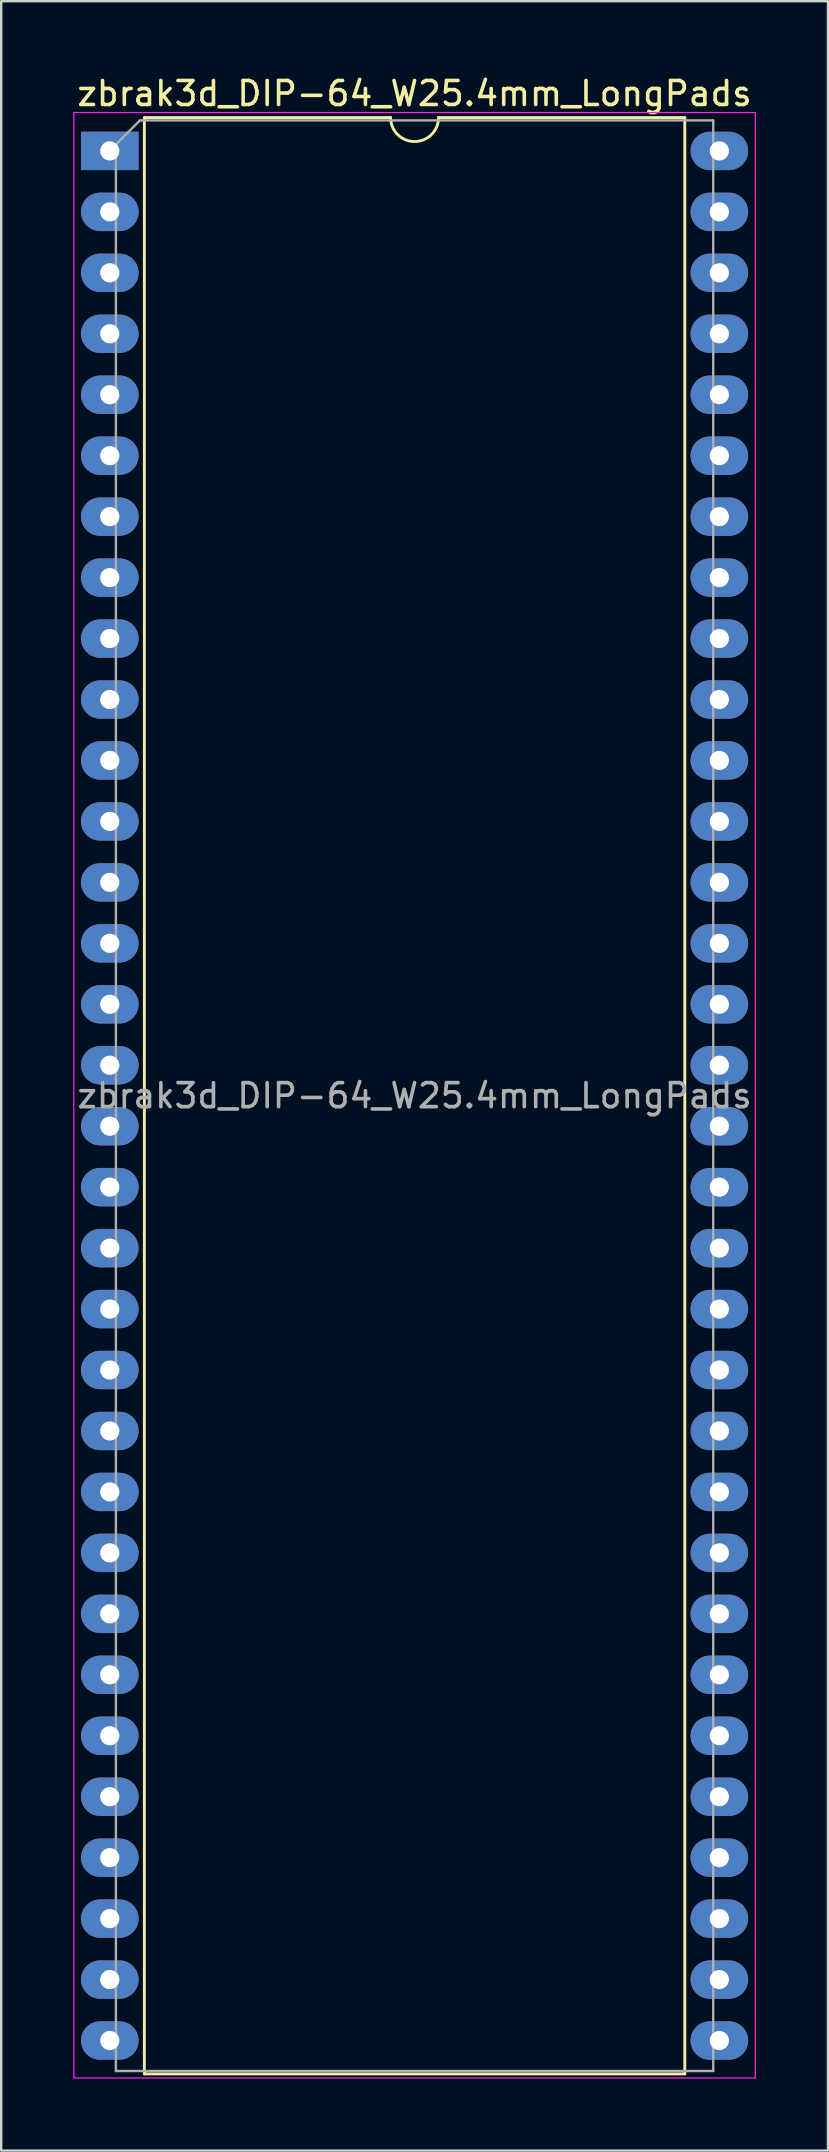
<source format=kicad_pcb>
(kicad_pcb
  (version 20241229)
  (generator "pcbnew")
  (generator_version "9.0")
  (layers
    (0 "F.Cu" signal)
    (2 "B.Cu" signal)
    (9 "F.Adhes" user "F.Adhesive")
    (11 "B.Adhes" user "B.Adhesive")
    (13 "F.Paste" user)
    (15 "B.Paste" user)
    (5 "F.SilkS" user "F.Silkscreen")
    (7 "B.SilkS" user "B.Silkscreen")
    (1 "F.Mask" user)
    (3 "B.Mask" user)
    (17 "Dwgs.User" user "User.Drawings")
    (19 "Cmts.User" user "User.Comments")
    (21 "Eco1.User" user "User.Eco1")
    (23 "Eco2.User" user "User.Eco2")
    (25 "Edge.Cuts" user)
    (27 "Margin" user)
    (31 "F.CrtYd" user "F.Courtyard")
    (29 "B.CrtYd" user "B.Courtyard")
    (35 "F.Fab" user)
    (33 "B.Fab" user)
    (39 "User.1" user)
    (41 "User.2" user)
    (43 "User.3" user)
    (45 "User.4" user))
  (footprint "zbrak3d_DIP-64_W25.4mm_LongPads"
    (layer "F.Cu")
    (at 1.525 3.238)
    (property "Reference" "zbrak3d_DIP-64_W25.4mm_LongPads" (at 12.7 -2.39 0) (layer "F.SilkS") (effects (font (size 1 1) (thickness 0.15))))
    (attr through_hole)
    (fp_line (start 1.44 -1.39) (end 1.44 80.13) (stroke (width 0.12) (type solid)) (layer "F.SilkS"))
    (fp_line (start 1.44 80.13) (end 23.96 80.13) (stroke (width 0.12) (type solid)) (layer "F.SilkS"))
    (fp_line (start 11.7 -1.39) (end 1.44 -1.39) (stroke (width 0.12) (type solid)) (layer "F.SilkS"))
    (fp_line (start 23.96 -1.39) (end 13.7 -1.39) (stroke (width 0.12) (type solid)) (layer "F.SilkS"))
    (fp_line (start 23.96 80.13) (end 23.96 -1.39) (stroke (width 0.12) (type solid)) (layer "F.SilkS"))
    (fp_arc (start 13.7 -1.39) (mid 12.7 -0.39) (end 11.7 -1.39) (stroke (width 0.12) (type solid)) (layer "F.SilkS"))
    (fp_line (start -1.5 -1.6) (end -1.5 80.3) (stroke (width 0.05) (type solid)) (layer "F.CrtYd"))
    (fp_line (start -1.5 80.3) (end 26.9 80.3) (stroke (width 0.05) (type solid)) (layer "F.CrtYd"))
    (fp_line (start 26.9 -1.6) (end -1.5 -1.6) (stroke (width 0.05) (type solid)) (layer "F.CrtYd"))
    (fp_line (start 26.9 80.3) (end 26.9 -1.6) (stroke (width 0.05) (type solid)) (layer "F.CrtYd"))
    (fp_line (start 0.255 -0.27) (end 1.255 -1.27) (stroke (width 0.1) (type solid)) (layer "F.Fab"))
    (fp_line (start 0.255 80.01) (end 0.255 -0.27) (stroke (width 0.1) (type solid)) (layer "F.Fab"))
    (fp_line (start 1.255 -1.27) (end 25.145 -1.27) (stroke (width 0.1) (type solid)) (layer "F.Fab"))
    (fp_line (start 25.145 -1.27) (end 25.145 80.01) (stroke (width 0.1) (type solid)) (layer "F.Fab"))
    (fp_line (start 25.145 80.01) (end 0.255 80.01) (stroke (width 0.1) (type solid)) (layer "F.Fab"))
    (fp_text user "${REFERENCE}" (at 12.7 39.37 0) (layer "F.Fab") (effects (font (size 1 1) (thickness 0.15))))
    (pad "1" thru_hole rect (at 0 0) (size 2.4 1.6) (drill 0.8) (layers "*.Cu" "*.Mask"))
    (pad "2" thru_hole oval (at 0 2.54) (size 2.4 1.6) (drill 0.8) (layers "*.Cu" "*.Mask"))
    (pad "3" thru_hole oval (at 0 5.08) (size 2.4 1.6) (drill 0.8) (layers "*.Cu" "*.Mask"))
    (pad "4" thru_hole oval (at 0 7.62) (size 2.4 1.6) (drill 0.8) (layers "*.Cu" "*.Mask"))
    (pad "5" thru_hole oval (at 0 10.16) (size 2.4 1.6) (drill 0.8) (layers "*.Cu" "*.Mask"))
    (pad "6" thru_hole oval (at 0 12.7) (size 2.4 1.6) (drill 0.8) (layers "*.Cu" "*.Mask"))
    (pad "7" thru_hole oval (at 0 15.24) (size 2.4 1.6) (drill 0.8) (layers "*.Cu" "*.Mask"))
    (pad "8" thru_hole oval (at 0 17.78) (size 2.4 1.6) (drill 0.8) (layers "*.Cu" "*.Mask"))
    (pad "9" thru_hole oval (at 0 20.32) (size 2.4 1.6) (drill 0.8) (layers "*.Cu" "*.Mask"))
    (pad "10" thru_hole oval (at 0 22.86) (size 2.4 1.6) (drill 0.8) (layers "*.Cu" "*.Mask"))
    (pad "11" thru_hole oval (at 0 25.4) (size 2.4 1.6) (drill 0.8) (layers "*.Cu" "*.Mask"))
    (pad "12" thru_hole oval (at 0 27.94) (size 2.4 1.6) (drill 0.8) (layers "*.Cu" "*.Mask"))
    (pad "13" thru_hole oval (at 0 30.48) (size 2.4 1.6) (drill 0.8) (layers "*.Cu" "*.Mask"))
    (pad "14" thru_hole oval (at 0 33.02) (size 2.4 1.6) (drill 0.8) (layers "*.Cu" "*.Mask"))
    (pad "15" thru_hole oval (at 0 35.56) (size 2.4 1.6) (drill 0.8) (layers "*.Cu" "*.Mask"))
    (pad "16" thru_hole oval (at 0 38.1) (size 2.4 1.6) (drill 0.8) (layers "*.Cu" "*.Mask"))
    (pad "17" thru_hole oval (at 0 40.64) (size 2.4 1.6) (drill 0.8) (layers "*.Cu" "*.Mask"))
    (pad "18" thru_hole oval (at 0 43.18) (size 2.4 1.6) (drill 0.8) (layers "*.Cu" "*.Mask"))
    (pad "19" thru_hole oval (at 0 45.72) (size 2.4 1.6) (drill 0.8) (layers "*.Cu" "*.Mask"))
    (pad "20" thru_hole oval (at 0 48.26) (size 2.4 1.6) (drill 0.8) (layers "*.Cu" "*.Mask"))
    (pad "21" thru_hole oval (at 0 50.8) (size 2.4 1.6) (drill 0.8) (layers "*.Cu" "*.Mask"))
    (pad "22" thru_hole oval (at 0 53.34) (size 2.4 1.6) (drill 0.8) (layers "*.Cu" "*.Mask"))
    (pad "23" thru_hole oval (at 0 55.88) (size 2.4 1.6) (drill 0.8) (layers "*.Cu" "*.Mask"))
    (pad "24" thru_hole oval (at 0 58.42) (size 2.4 1.6) (drill 0.8) (layers "*.Cu" "*.Mask"))
    (pad "25" thru_hole oval (at 0 60.96) (size 2.4 1.6) (drill 0.8) (layers "*.Cu" "*.Mask"))
    (pad "26" thru_hole oval (at 0 63.5) (size 2.4 1.6) (drill 0.8) (layers "*.Cu" "*.Mask"))
    (pad "27" thru_hole oval (at 0 66.04) (size 2.4 1.6) (drill 0.8) (layers "*.Cu" "*.Mask"))
    (pad "28" thru_hole oval (at 0 68.58) (size 2.4 1.6) (drill 0.8) (layers "*.Cu" "*.Mask"))
    (pad "29" thru_hole oval (at 0 71.12) (size 2.4 1.6) (drill 0.8) (layers "*.Cu" "*.Mask"))
    (pad "30" thru_hole oval (at 0 73.66) (size 2.4 1.6) (drill 0.8) (layers "*.Cu" "*.Mask"))
    (pad "31" thru_hole oval (at 0 76.2) (size 2.4 1.6) (drill 0.8) (layers "*.Cu" "*.Mask"))
    (pad "32" thru_hole oval (at 0 78.74) (size 2.4 1.6) (drill 0.8) (layers "*.Cu" "*.Mask"))
    (pad "33" thru_hole oval (at 25.4 78.74) (size 2.4 1.6) (drill 0.8) (layers "*.Cu" "*.Mask"))
    (pad "34" thru_hole oval (at 25.4 76.2) (size 2.4 1.6) (drill 0.8) (layers "*.Cu" "*.Mask"))
    (pad "35" thru_hole oval (at 25.4 73.66) (size 2.4 1.6) (drill 0.8) (layers "*.Cu" "*.Mask"))
    (pad "36" thru_hole oval (at 25.4 71.12) (size 2.4 1.6) (drill 0.8) (layers "*.Cu" "*.Mask"))
    (pad "37" thru_hole oval (at 25.4 68.58) (size 2.4 1.6) (drill 0.8) (layers "*.Cu" "*.Mask"))
    (pad "38" thru_hole oval (at 25.4 66.04) (size 2.4 1.6) (drill 0.8) (layers "*.Cu" "*.Mask"))
    (pad "39" thru_hole oval (at 25.4 63.5) (size 2.4 1.6) (drill 0.8) (layers "*.Cu" "*.Mask"))
    (pad "40" thru_hole oval (at 25.4 60.96) (size 2.4 1.6) (drill 0.8) (layers "*.Cu" "*.Mask"))
    (pad "41" thru_hole oval (at 25.4 58.42) (size 2.4 1.6) (drill 0.8) (layers "*.Cu" "*.Mask"))
    (pad "42" thru_hole oval (at 25.4 55.88) (size 2.4 1.6) (drill 0.8) (layers "*.Cu" "*.Mask"))
    (pad "43" thru_hole oval (at 25.4 53.34) (size 2.4 1.6) (drill 0.8) (layers "*.Cu" "*.Mask"))
    (pad "44" thru_hole oval (at 25.4 50.8) (size 2.4 1.6) (drill 0.8) (layers "*.Cu" "*.Mask"))
    (pad "45" thru_hole oval (at 25.4 48.26) (size 2.4 1.6) (drill 0.8) (layers "*.Cu" "*.Mask"))
    (pad "46" thru_hole oval (at 25.4 45.72) (size 2.4 1.6) (drill 0.8) (layers "*.Cu" "*.Mask"))
    (pad "47" thru_hole oval (at 25.4 43.18) (size 2.4 1.6) (drill 0.8) (layers "*.Cu" "*.Mask"))
    (pad "48" thru_hole oval (at 25.4 40.64) (size 2.4 1.6) (drill 0.8) (layers "*.Cu" "*.Mask"))
    (pad "49" thru_hole oval (at 25.4 38.1) (size 2.4 1.6) (drill 0.8) (layers "*.Cu" "*.Mask"))
    (pad "50" thru_hole oval (at 25.4 35.56) (size 2.4 1.6) (drill 0.8) (layers "*.Cu" "*.Mask"))
    (pad "51" thru_hole oval (at 25.4 33.02) (size 2.4 1.6) (drill 0.8) (layers "*.Cu" "*.Mask"))
    (pad "52" thru_hole oval (at 25.4 30.48) (size 2.4 1.6) (drill 0.8) (layers "*.Cu" "*.Mask"))
    (pad "53" thru_hole oval (at 25.4 27.94) (size 2.4 1.6) (drill 0.8) (layers "*.Cu" "*.Mask"))
    (pad "54" thru_hole oval (at 25.4 25.4) (size 2.4 1.6) (drill 0.8) (layers "*.Cu" "*.Mask"))
    (pad "55" thru_hole oval (at 25.4 22.86) (size 2.4 1.6) (drill 0.8) (layers "*.Cu" "*.Mask"))
    (pad "56" thru_hole oval (at 25.4 20.32) (size 2.4 1.6) (drill 0.8) (layers "*.Cu" "*.Mask"))
    (pad "57" thru_hole oval (at 25.4 17.78) (size 2.4 1.6) (drill 0.8) (layers "*.Cu" "*.Mask"))
    (pad "58" thru_hole oval (at 25.4 15.24) (size 2.4 1.6) (drill 0.8) (layers "*.Cu" "*.Mask"))
    (pad "59" thru_hole oval (at 25.4 12.7) (size 2.4 1.6) (drill 0.8) (layers "*.Cu" "*.Mask"))
    (pad "60" thru_hole oval (at 25.4 10.16) (size 2.4 1.6) (drill 0.8) (layers "*.Cu" "*.Mask"))
    (pad "61" thru_hole oval (at 25.4 7.62) (size 2.4 1.6) (drill 0.8) (layers "*.Cu" "*.Mask"))
    (pad "62" thru_hole oval (at 25.4 5.08) (size 2.4 1.6) (drill 0.8) (layers "*.Cu" "*.Mask"))
    (pad "63" thru_hole oval (at 25.4 2.54) (size 2.4 1.6) (drill 0.8) (layers "*.Cu" "*.Mask"))
    (pad "64" thru_hole oval (at 25.4 0) (size 2.4 1.6) (drill 0.8) (layers "*.Cu" "*.Mask")))
  (gr_rect
    (start -3 -3)
    (end 31.45 86.563)
    (stroke (width 0.1) (type default))
    (fill no)
    (layer "Edge.Cuts")))
</source>
